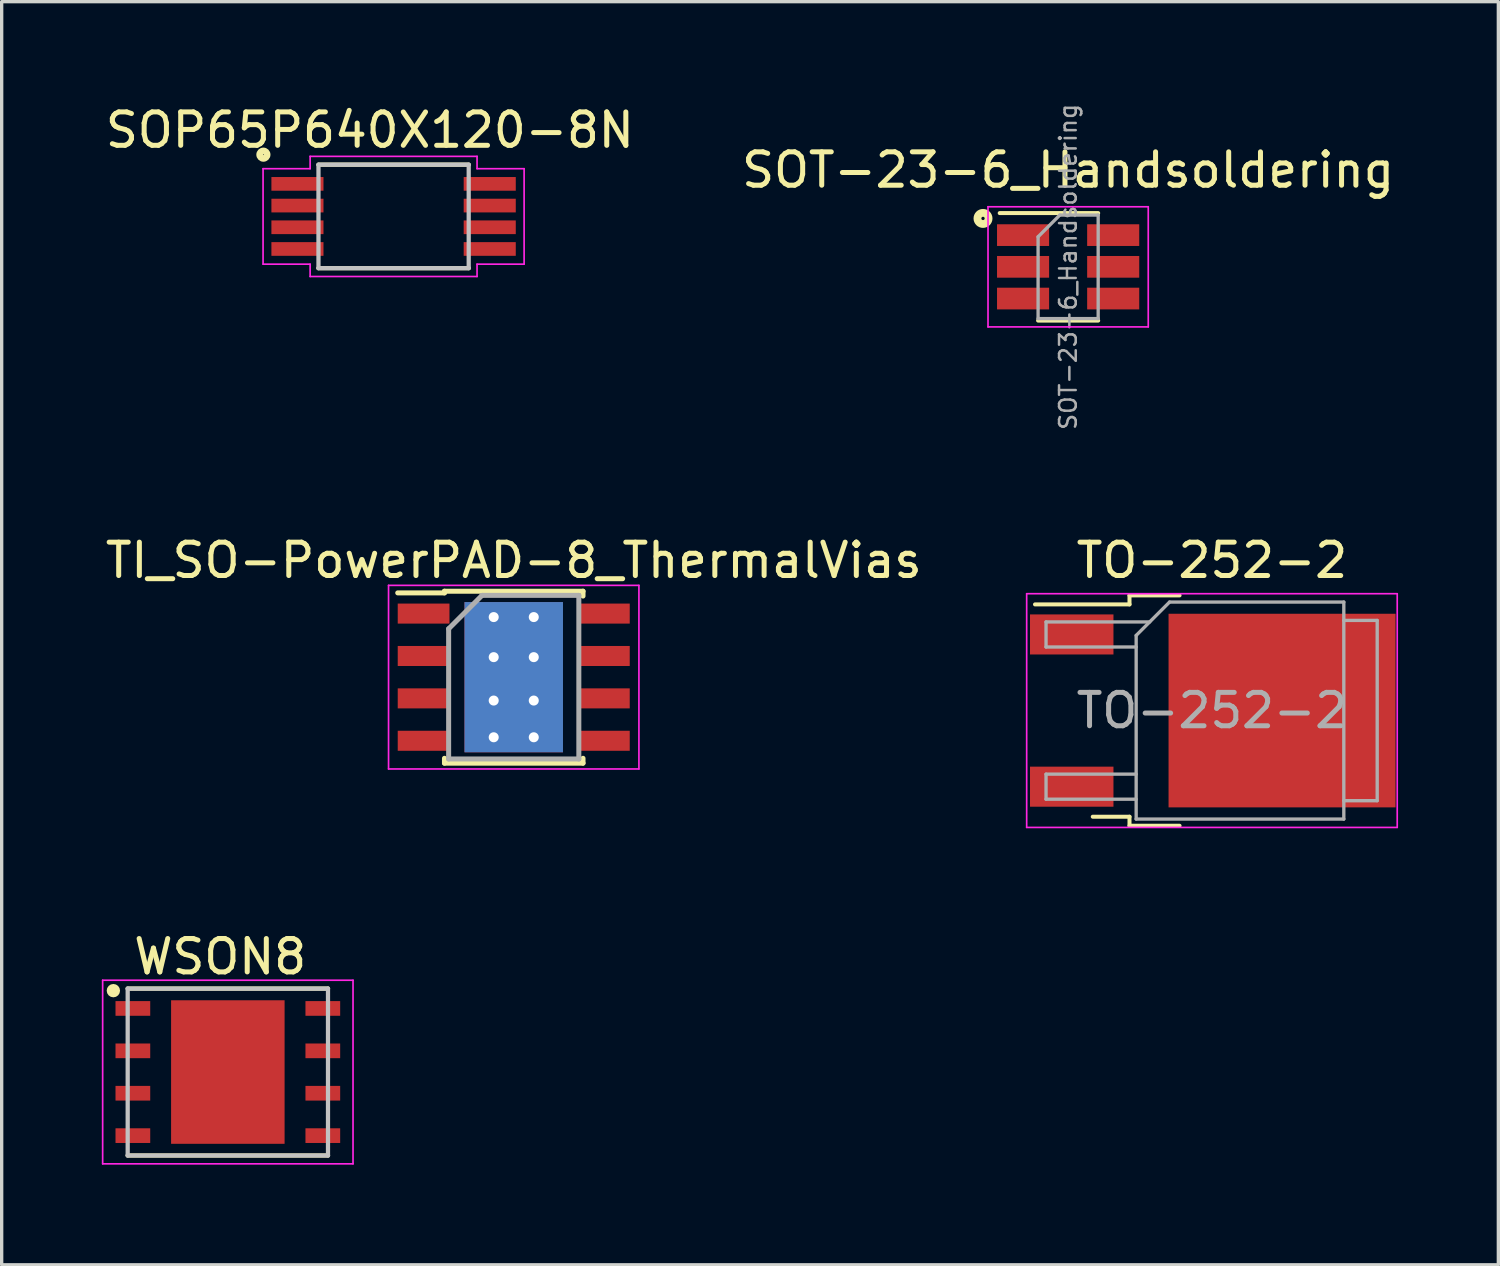
<source format=kicad_pcb>
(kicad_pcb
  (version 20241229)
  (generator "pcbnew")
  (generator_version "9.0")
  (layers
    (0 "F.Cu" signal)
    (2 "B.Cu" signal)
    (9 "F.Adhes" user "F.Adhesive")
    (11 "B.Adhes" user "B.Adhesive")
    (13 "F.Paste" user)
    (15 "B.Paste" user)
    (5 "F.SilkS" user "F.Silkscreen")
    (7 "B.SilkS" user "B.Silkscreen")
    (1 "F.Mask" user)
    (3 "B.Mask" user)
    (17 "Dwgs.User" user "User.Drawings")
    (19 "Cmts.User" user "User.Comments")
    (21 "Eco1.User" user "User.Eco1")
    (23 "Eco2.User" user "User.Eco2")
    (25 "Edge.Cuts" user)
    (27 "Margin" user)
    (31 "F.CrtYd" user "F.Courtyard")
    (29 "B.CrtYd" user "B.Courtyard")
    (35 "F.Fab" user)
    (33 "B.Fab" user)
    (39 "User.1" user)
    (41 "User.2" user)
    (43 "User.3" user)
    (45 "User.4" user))
  (footprint "SOT-23-6_Handsoldering"
    (layer "F.Cu")
    (at 28.946 4.943)
    (property "Reference" "SOT-23-6_Handsoldering" (at 0 -2.9 0) (layer "F.SilkS") (effects (font (size 1 1) (thickness 0.15))))
    (attr smd)
    (fp_line (start -0.9 1.61) (end 0.9 1.61) (stroke (width 0.12) (type solid)) (layer "F.SilkS"))
    (fp_line (start 0.9 -1.61) (end -2.05 -1.61) (stroke (width 0.12) (type solid)) (layer "F.SilkS"))
    (fp_circle (center -2.55 -1.45) (end -2.55 -1.5) (stroke (width 0.12) (type solid)) (fill no) (layer "F.SilkS"))
    (fp_circle (center -2.55 -1.45) (end -2.45 -1.25) (stroke (width 0.12) (type solid)) (fill no) (layer "F.SilkS"))
    (fp_circle (center -2.55 -1.45) (end -2.4 -1.45) (stroke (width 0.12) (type solid)) (fill no) (layer "F.SilkS"))
    (fp_line (start -2.4 -1.8) (end 2.4 -1.8) (stroke (width 0.05) (type solid)) (layer "F.CrtYd"))
    (fp_line (start -2.4 1.8) (end -2.4 -1.8) (stroke (width 0.05) (type solid)) (layer "F.CrtYd"))
    (fp_line (start 2.4 -1.8) (end 2.4 1.8) (stroke (width 0.05) (type solid)) (layer "F.CrtYd"))
    (fp_line (start 2.4 1.8) (end -2.4 1.8) (stroke (width 0.05) (type solid)) (layer "F.CrtYd"))
    (fp_line (start -0.9 -0.9) (end -0.9 1.55) (stroke (width 0.1) (type solid)) (layer "F.Fab"))
    (fp_line (start -0.9 -0.9) (end -0.25 -1.55) (stroke (width 0.1) (type solid)) (layer "F.Fab"))
    (fp_line (start 0.9 -1.55) (end -0.25 -1.55) (stroke (width 0.1) (type solid)) (layer "F.Fab"))
    (fp_line (start 0.9 -1.55) (end 0.9 1.55) (stroke (width 0.1) (type solid)) (layer "F.Fab"))
    (fp_line (start 0.9 1.55) (end -0.9 1.55) (stroke (width 0.1) (type solid)) (layer "F.Fab"))
    (fp_text user "${REFERENCE}" (at 0 0 90) (layer "F.Fab") (effects (font (size 0.5 0.5) (thickness 0.075))))
    (pad "1" smd rect (at -1.35 -0.95) (size 1.56 0.65) (layers "F.Cu" "F.Mask" "F.Paste"))
    (pad "2" smd rect (at -1.35 0) (size 1.56 0.65) (layers "F.Cu" "F.Mask" "F.Paste"))
    (pad "3" smd rect (at -1.35 0.95) (size 1.56 0.65) (layers "F.Cu" "F.Mask" "F.Paste"))
    (pad "4" smd rect (at 1.35 0.95) (size 1.56 0.65) (layers "F.Cu" "F.Mask" "F.Paste"))
    (pad "5" smd rect (at 1.35 0) (size 1.56 0.65) (layers "F.Cu" "F.Mask" "F.Paste"))
    (pad "6" smd rect (at 1.35 -0.95) (size 1.56 0.65) (layers "F.Cu" "F.Mask" "F.Paste")))
  (footprint "TI_SO-PowerPAD-8_ThermalVias"
    (layer "F.Cu")
    (at 12.339 17.235)
    (property "Reference" "TI_SO-PowerPAD-8_ThermalVias" (at 0 -3.5 0) (layer "F.SilkS") (effects (font (size 1 1) (thickness 0.15))))
    (attr smd)
    (fp_line (start -2.075 -2.575) (end -2.075 -2.525) (stroke (width 0.15) (type solid)) (layer "F.SilkS"))
    (fp_line (start -2.075 -2.575) (end 2.075 -2.575) (stroke (width 0.15) (type solid)) (layer "F.SilkS"))
    (fp_line (start -2.075 -2.525) (end -3.475 -2.525) (stroke (width 0.15) (type solid)) (layer "F.SilkS"))
    (fp_line (start -2.075 2.575) (end -2.075 2.43) (stroke (width 0.15) (type solid)) (layer "F.SilkS"))
    (fp_line (start -2.075 2.575) (end 2.075 2.575) (stroke (width 0.15) (type solid)) (layer "F.SilkS"))
    (fp_line (start 2.075 -2.575) (end 2.075 -2.43) (stroke (width 0.15) (type solid)) (layer "F.SilkS"))
    (fp_line (start 2.075 2.575) (end 2.075 2.43) (stroke (width 0.15) (type solid)) (layer "F.SilkS"))
    (fp_line (start -3.75 -2.75) (end -3.75 2.75) (stroke (width 0.05) (type solid)) (layer "F.CrtYd"))
    (fp_line (start -3.75 -2.75) (end 3.75 -2.75) (stroke (width 0.05) (type solid)) (layer "F.CrtYd"))
    (fp_line (start -3.75 2.75) (end 3.75 2.75) (stroke (width 0.05) (type solid)) (layer "F.CrtYd"))
    (fp_line (start 3.75 -2.75) (end 3.75 2.75) (stroke (width 0.05) (type solid)) (layer "F.CrtYd"))
    (fp_line (start -1.95 -1.45) (end -0.95 -2.45) (stroke (width 0.15) (type solid)) (layer "F.Fab"))
    (fp_line (start -1.95 2.45) (end -1.95 -1.45) (stroke (width 0.15) (type solid)) (layer "F.Fab"))
    (fp_line (start -0.95 -2.45) (end 1.95 -2.45) (stroke (width 0.15) (type solid)) (layer "F.Fab"))
    (fp_line (start 1.95 -2.45) (end 1.95 2.45) (stroke (width 0.15) (type solid)) (layer "F.Fab"))
    (fp_line (start 1.95 2.45) (end -1.95 2.45) (stroke (width 0.15) (type solid)) (layer "F.Fab"))
    (pad "1" smd rect (at -2.7 -1.905) (size 1.55 0.6) (layers "F.Cu" "F.Mask" "F.Paste"))
    (pad "2" smd rect (at -2.7 -0.635) (size 1.55 0.6) (layers "F.Cu" "F.Mask" "F.Paste"))
    (pad "3" smd rect (at -2.7 0.635) (size 1.55 0.6) (layers "F.Cu" "F.Mask" "F.Paste"))
    (pad "4" smd rect (at -2.7 1.905) (size 1.55 0.6) (layers "F.Cu" "F.Mask" "F.Paste"))
    (pad "5" smd rect (at 2.7 1.905) (size 1.55 0.6) (layers "F.Cu" "F.Mask" "F.Paste"))
    (pad "6" smd rect (at 2.7 0.635) (size 1.55 0.6) (layers "F.Cu" "F.Mask" "F.Paste"))
    (pad "7" smd rect (at 2.7 -0.635) (size 1.55 0.6) (layers "F.Cu" "F.Mask" "F.Paste"))
    (pad "8" smd rect (at 2.7 -1.905) (size 1.55 0.6) (layers "F.Cu" "F.Mask" "F.Paste"))
    (pad "9" thru_hole circle (at -0.6 -1.8) (size 0.6 0.6) (drill 0.3) (layers "*.Cu"))
    (pad "9" thru_hole circle (at -0.6 -0.6) (size 0.6 0.6) (drill 0.3) (layers "*.Cu"))
    (pad "9" thru_hole circle (at -0.6 0.7) (size 0.6 0.6) (drill 0.3) (layers "*.Cu"))
    (pad "9" thru_hole circle (at -0.6 1.8) (size 0.6 0.6) (drill 0.3) (layers "*.Cu"))
    (pad "9" smd rect (at 0 0) (size 2.6 3.1) (layers "F.Cu" "F.Mask" "F.Paste"))
    (pad "9" smd rect (at 0 0) (size 2.95 4.5) (layers "F.Cu"))
    (pad "9" smd rect (at 0 0) (size 2.95 4.5) (layers "B.Cu"))
    (pad "9" thru_hole circle (at 0.6 -1.8) (size 0.6 0.6) (drill 0.3) (layers "*.Cu"))
    (pad "9" thru_hole circle (at 0.6 -0.6) (size 0.6 0.6) (drill 0.3) (layers "*.Cu"))
    (pad "9" thru_hole circle (at 0.6 0.7) (size 0.6 0.6) (drill 0.3) (layers "*.Cu"))
    (pad "9" thru_hole circle (at 0.6 1.8) (size 0.6 0.6) (drill 0.3) (layers "*.Cu")))
  (footprint "TO-252-2"
    (layer "F.Cu")
    (at 33.254 18.235)
    (property "Reference" "TO-252-2" (at 0 -4.5 0) (layer "F.SilkS") (effects (font (size 1 1) (thickness 0.15))))
    (attr smd)
    (fp_line (start -2.47 -3.45) (end -2.47 -3.18) (stroke (width 0.12) (type solid)) (layer "F.SilkS"))
    (fp_line (start -2.47 -3.18) (end -5.3 -3.18) (stroke (width 0.12) (type solid)) (layer "F.SilkS"))
    (fp_line (start -2.47 3.18) (end -3.57 3.18) (stroke (width 0.12) (type solid)) (layer "F.SilkS"))
    (fp_line (start -2.47 3.45) (end -2.47 3.18) (stroke (width 0.12) (type solid)) (layer "F.SilkS"))
    (fp_line (start -0.97 -3.45) (end -2.47 -3.45) (stroke (width 0.12) (type solid)) (layer "F.SilkS"))
    (fp_line (start -0.97 3.45) (end -2.47 3.45) (stroke (width 0.12) (type solid)) (layer "F.SilkS"))
    (fp_line (start -5.55 -3.5) (end -5.55 3.5) (stroke (width 0.05) (type solid)) (layer "F.CrtYd"))
    (fp_line (start -5.55 3.5) (end 5.55 3.5) (stroke (width 0.05) (type solid)) (layer "F.CrtYd"))
    (fp_line (start 5.55 -3.5) (end -5.55 -3.5) (stroke (width 0.05) (type solid)) (layer "F.CrtYd"))
    (fp_line (start 5.55 3.5) (end 5.55 -3.5) (stroke (width 0.05) (type solid)) (layer "F.CrtYd"))
    (fp_line (start -4.97 -2.655) (end -4.97 -1.905) (stroke (width 0.1) (type solid)) (layer "F.Fab"))
    (fp_line (start -4.97 -1.905) (end -2.27 -1.905) (stroke (width 0.1) (type solid)) (layer "F.Fab"))
    (fp_line (start -4.97 1.905) (end -4.97 2.655) (stroke (width 0.1) (type solid)) (layer "F.Fab"))
    (fp_line (start -4.97 2.655) (end -2.27 2.655) (stroke (width 0.1) (type solid)) (layer "F.Fab"))
    (fp_line (start -2.27 -2.25) (end -1.27 -3.25) (stroke (width 0.1) (type solid)) (layer "F.Fab"))
    (fp_line (start -2.27 1.905) (end -4.97 1.905) (stroke (width 0.1) (type solid)) (layer "F.Fab"))
    (fp_line (start -2.27 3.25) (end -2.27 -2.25) (stroke (width 0.1) (type solid)) (layer "F.Fab"))
    (fp_line (start -1.865 -2.655) (end -4.97 -2.655) (stroke (width 0.1) (type solid)) (layer "F.Fab"))
    (fp_line (start -1.27 -3.25) (end 3.95 -3.25) (stroke (width 0.1) (type solid)) (layer "F.Fab"))
    (fp_line (start 3.95 -3.25) (end 3.95 3.25) (stroke (width 0.1) (type solid)) (layer "F.Fab"))
    (fp_line (start 3.95 -2.7) (end 4.95 -2.7) (stroke (width 0.1) (type solid)) (layer "F.Fab"))
    (fp_line (start 3.95 3.25) (end -2.27 3.25) (stroke (width 0.1) (type solid)) (layer "F.Fab"))
    (fp_line (start 4.95 -2.7) (end 4.95 2.7) (stroke (width 0.1) (type solid)) (layer "F.Fab"))
    (fp_line (start 4.95 2.7) (end 3.95 2.7) (stroke (width 0.1) (type solid)) (layer "F.Fab"))
    (fp_text user "${REFERENCE}" (at 0 0 0) (layer "F.Fab") (effects (font (size 1 1) (thickness 0.15))))
    (pad "" smd rect (at 0.425 -1.525) (size 3.05 2.75) (layers "F.Paste"))
    (pad "" smd rect (at 0.425 1.525) (size 3.05 2.75) (layers "F.Paste"))
    (pad "1" smd rect (at -4.2 -2.28) (size 2.5 1.2) (layers "F.Cu" "F.Mask" "F.Paste"))
    (pad "2" smd rect (at 2.1 0) (size 6.8 5.8) (layers "F.Cu" "F.Mask" "F.Paste"))
    (pad "3" smd rect (at -4.2 2.28) (size 2.5 1.2) (layers "F.Cu" "F.Mask" "F.Paste")))
  (footprint "SOP65P640X120-8N"
    (layer "F.Cu")
    (at 8.74 3.433)
    (property "Reference" "SOP65P640X120-8N" (at -0.71 -2.585 0) (layer "F.SilkS") (effects (font (size 1 1) (thickness 0.15))))
    (attr smd)
    (fp_line (start -2.25 1.55) (end 2.25 1.55) (stroke (width 0.127) (type solid)) (layer "F.SilkS"))
    (fp_line (start 2.25 -1.55) (end -2.25 -1.55) (stroke (width 0.127) (type solid)) (layer "F.SilkS"))
    (fp_circle (center -3.9 -1.85) (end -3.788 -1.85) (stroke (width 0.2) (type solid)) (fill no) (layer "F.SilkS"))
    (fp_line (start -2.25 -1.55) (end -2.25 1.55) (stroke (width 0.127) (type solid)) (layer "Dwgs.User"))
    (fp_line (start -2.25 1.55) (end 2.25 1.55) (stroke (width 0.127) (type solid)) (layer "Dwgs.User"))
    (fp_line (start 2.25 -1.55) (end -2.25 -1.55) (stroke (width 0.127) (type solid)) (layer "Dwgs.User"))
    (fp_line (start 2.25 1.55) (end 2.25 -1.55) (stroke (width 0.127) (type solid)) (layer "Dwgs.User"))
    (fp_line (start -3.91 -1.43) (end -2.5 -1.43) (stroke (width 0.05) (type solid)) (layer "F.CrtYd"))
    (fp_line (start -3.91 1.43) (end -3.91 -1.43) (stroke (width 0.05) (type solid)) (layer "F.CrtYd"))
    (fp_line (start -2.5 -1.8) (end 2.5 -1.8) (stroke (width 0.05) (type solid)) (layer "F.CrtYd"))
    (fp_line (start -2.5 -1.43) (end -2.5 -1.8) (stroke (width 0.05) (type solid)) (layer "F.CrtYd"))
    (fp_line (start -2.5 1.43) (end -3.91 1.43) (stroke (width 0.05) (type solid)) (layer "F.CrtYd"))
    (fp_line (start -2.5 1.8) (end -2.5 1.43) (stroke (width 0.05) (type solid)) (layer "F.CrtYd"))
    (fp_line (start 2.5 -1.8) (end 2.5 -1.43) (stroke (width 0.05) (type solid)) (layer "F.CrtYd"))
    (fp_line (start 2.5 -1.43) (end 3.91 -1.43) (stroke (width 0.05) (type solid)) (layer "F.CrtYd"))
    (fp_line (start 2.5 1.43) (end 2.5 1.8) (stroke (width 0.05) (type solid)) (layer "F.CrtYd"))
    (fp_line (start 2.5 1.8) (end -2.5 1.8) (stroke (width 0.05) (type solid)) (layer "F.CrtYd"))
    (fp_line (start 3.91 -1.43) (end 3.91 1.43) (stroke (width 0.05) (type solid)) (layer "F.CrtYd"))
    (fp_line (start 3.91 1.43) (end 2.5 1.43) (stroke (width 0.05) (type solid)) (layer "F.CrtYd"))
    (pad "1" smd rect (at -2.88 -0.975) (size 1.56 0.41) (layers "F.Cu" "F.Mask" "F.Paste"))
    (pad "2" smd rect (at -2.88 -0.325) (size 1.56 0.41) (layers "F.Cu" "F.Mask" "F.Paste"))
    (pad "3" smd rect (at -2.88 0.325) (size 1.56 0.41) (layers "F.Cu" "F.Mask" "F.Paste"))
    (pad "4" smd rect (at -2.88 0.975) (size 1.56 0.41) (layers "F.Cu" "F.Mask" "F.Paste"))
    (pad "5" smd rect (at 2.88 0.975 180) (size 1.56 0.41) (layers "F.Cu" "F.Mask" "F.Paste"))
    (pad "6" smd rect (at 2.88 0.325 180) (size 1.56 0.41) (layers "F.Cu" "F.Mask" "F.Paste"))
    (pad "7" smd rect (at 2.88 -0.325 180) (size 1.56 0.41) (layers "F.Cu" "F.Mask" "F.Paste"))
    (pad "8" smd rect (at 2.88 -0.975 180) (size 1.56 0.41) (layers "F.Cu" "F.Mask" "F.Paste")))
  (footprint "WSON8"
    (layer "F.Cu")
    (at 3.775 29.063)
    (property "Reference" "WSON8" (at -0.229 -3.454 0) (layer "F.SilkS") (effects (font (size 1 1) (thickness 0.15))))
    (attr smd)
    (fp_line (start -3 -2.5) (end 3 -2.5) (stroke (width 0.127) (type solid)) (layer "F.SilkS"))
    (fp_line (start -3 2.5) (end 3 2.5) (stroke (width 0.127) (type solid)) (layer "F.SilkS"))
    (fp_circle (center -3.429 -2.438) (end -3.329 -2.438) (stroke (width 0.2) (type solid)) (fill no) (layer "F.SilkS"))
    (fp_poly (pts (xy -1.404 -1.36) (xy 1.075 -1.36) (xy 1.075 1.777) (xy -1.404 1.777)) (stroke (width 0) (type solid)) (fill yes) (layer "F.Paste"))
    (fp_line (start -3 -2.5) (end 3 -2.5) (stroke (width 0.127) (type solid)) (layer "Dwgs.User"))
    (fp_line (start -3 2.5) (end -3 -2.5) (stroke (width 0.127) (type solid)) (layer "Dwgs.User"))
    (fp_line (start 3 -2.5) (end 3 2.5) (stroke (width 0.127) (type solid)) (layer "Dwgs.User"))
    (fp_line (start 3 2.5) (end -3 2.5) (stroke (width 0.127) (type solid)) (layer "Dwgs.User"))
    (fp_line (start -3.75 -2.75) (end 3.75 -2.75) (stroke (width 0.05) (type solid)) (layer "F.CrtYd"))
    (fp_line (start -3.75 2.75) (end -3.75 -2.75) (stroke (width 0.05) (type solid)) (layer "F.CrtYd"))
    (fp_line (start 3.75 -2.75) (end 3.75 2.75) (stroke (width 0.05) (type solid)) (layer "F.CrtYd"))
    (fp_line (start 3.75 2.75) (end -3.75 2.75) (stroke (width 0.05) (type solid)) (layer "F.CrtYd"))
    (pad "1" smd rect (at -2.845 -1.905) (size 1.04 0.44) (layers "F.Cu" "F.Mask" "F.Paste"))
    (pad "2" smd rect (at -2.845 -0.635) (size 1.04 0.44) (layers "F.Cu" "F.Mask" "F.Paste"))
    (pad "3" smd rect (at -2.845 0.635) (size 1.04 0.44) (layers "F.Cu" "F.Mask" "F.Paste"))
    (pad "4" smd rect (at -2.845 1.905) (size 1.04 0.44) (layers "F.Cu" "F.Mask" "F.Paste"))
    (pad "5" smd rect (at 2.845 1.905) (size 1.04 0.44) (layers "F.Cu" "F.Mask" "F.Paste"))
    (pad "6" smd rect (at 2.845 0.635) (size 1.04 0.44) (layers "F.Cu" "F.Mask" "F.Paste"))
    (pad "7" smd rect (at 2.845 -0.635) (size 1.04 0.44) (layers "F.Cu" "F.Mask" "F.Paste"))
    (pad "8" smd rect (at 2.845 -1.905) (size 1.04 0.44) (layers "F.Cu" "F.Mask" "F.Paste"))
    (pad "9" smd rect (at 0 0) (size 3.4 4.3) (layers "F.Cu" "F.Mask" "F.Paste")))
  (gr_rect
    (start -3 -3)
    (end 41.833 34.838)
    (stroke (width 0.1) (type default))
    (fill no)
    (layer "Edge.Cuts")))
</source>
